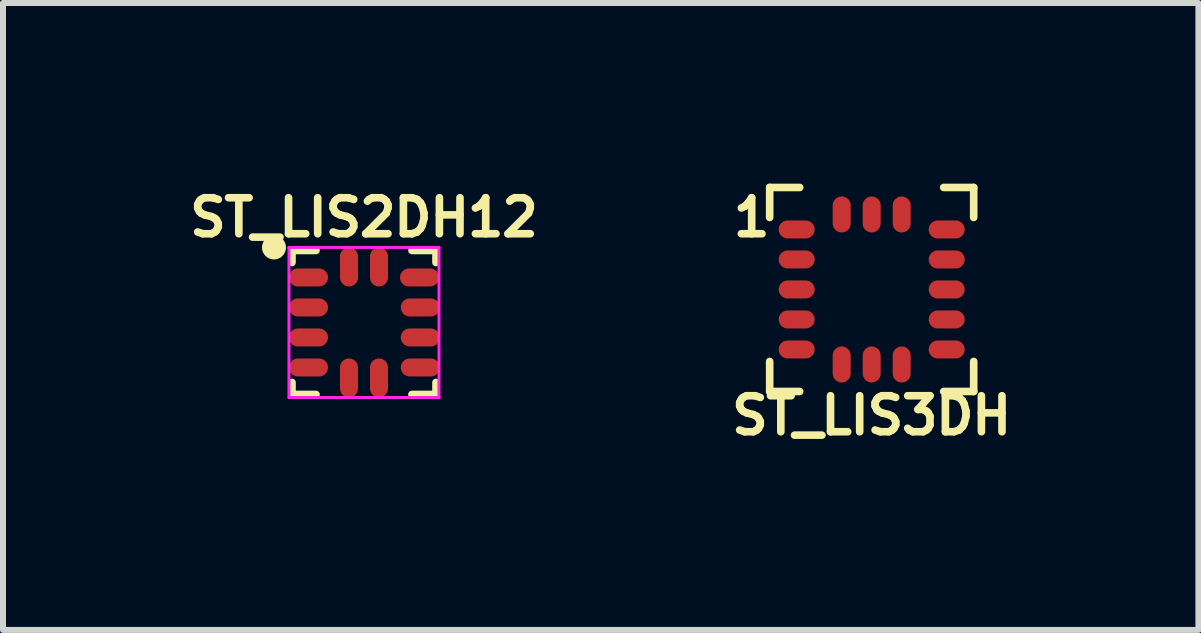
<source format=kicad_pcb>
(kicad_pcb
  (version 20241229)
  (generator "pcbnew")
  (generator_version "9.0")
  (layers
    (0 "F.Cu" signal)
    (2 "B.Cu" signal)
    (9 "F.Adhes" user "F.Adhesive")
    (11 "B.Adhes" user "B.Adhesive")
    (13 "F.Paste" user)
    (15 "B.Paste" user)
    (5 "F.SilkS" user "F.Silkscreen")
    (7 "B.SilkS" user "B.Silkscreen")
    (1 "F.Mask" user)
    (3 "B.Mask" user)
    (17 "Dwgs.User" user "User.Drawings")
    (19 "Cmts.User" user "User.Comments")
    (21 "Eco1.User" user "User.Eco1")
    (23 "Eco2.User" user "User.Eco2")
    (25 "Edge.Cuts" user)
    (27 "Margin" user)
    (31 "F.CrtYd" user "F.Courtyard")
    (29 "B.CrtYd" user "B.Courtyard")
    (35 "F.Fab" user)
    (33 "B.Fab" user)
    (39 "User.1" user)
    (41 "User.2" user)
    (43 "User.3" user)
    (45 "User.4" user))
  (footprint "ST_LIS3DH"
    (layer "F.Cu")
    (at 11.477 1.774)
    (property "Reference" "ST_LIS3DH" (at 0 2.1 180) (layer "F.SilkS") (effects (font (size 0.6 0.6) (thickness 0.127))))
    (attr smd)
    (fp_line (start -1.7 -1.7) (end -1.7 -1.2) (stroke (width 0.127) (type solid)) (layer "F.SilkS"))
    (fp_line (start -1.7 1.2) (end -1.7 1.7) (stroke (width 0.127) (type solid)) (layer "F.SilkS"))
    (fp_line (start -1.7 1.7) (end -1.2 1.7) (stroke (width 0.127) (type solid)) (layer "F.SilkS"))
    (fp_line (start -1.2 -1.7) (end -1.7 -1.7) (stroke (width 0.127) (type solid)) (layer "F.SilkS"))
    (fp_line (start 1.2 -1.7) (end 1.7 -1.7) (stroke (width 0.127) (type solid)) (layer "F.SilkS"))
    (fp_line (start 1.7 -1.7) (end 1.7 -1.2) (stroke (width 0.127) (type solid)) (layer "F.SilkS"))
    (fp_line (start 1.7 1.2) (end 1.7 1.7) (stroke (width 0.127) (type solid)) (layer "F.SilkS"))
    (fp_line (start 1.7 1.7) (end 1.2 1.7) (stroke (width 0.127) (type solid)) (layer "F.SilkS"))
    (fp_text user "1" (at -2 -1.2 0) (layer "F.SilkS") (effects (font (size 0.6 0.6) (thickness 0.127))))
    (pad "1" smd oval (at -1.25 -1 270) (size 0.3 0.6) (layers "F.Cu" "F.Mask" "F.Paste"))
    (pad "2" smd oval (at -1.25 -0.5 270) (size 0.3 0.6) (layers "F.Cu" "F.Mask" "F.Paste"))
    (pad "3" smd oval (at -1.25 0 270) (size 0.3 0.6) (layers "F.Cu" "F.Mask" "F.Paste"))
    (pad "4" smd oval (at -1.25 0.5 270) (size 0.3 0.6) (layers "F.Cu" "F.Mask" "F.Paste"))
    (pad "5" smd oval (at -1.25 1 270) (size 0.3 0.6) (layers "F.Cu" "F.Mask" "F.Paste"))
    (pad "6" smd oval (at -0.5 1.25 180) (size 0.3 0.6) (layers "F.Cu" "F.Mask" "F.Paste"))
    (pad "7" smd oval (at 0 1.25 180) (size 0.3 0.6) (layers "F.Cu" "F.Mask" "F.Paste"))
    (pad "8" smd oval (at 0.5 1.25 180) (size 0.3 0.6) (layers "F.Cu" "F.Mask" "F.Paste"))
    (pad "9" smd oval (at 1.25 1 90) (size 0.3 0.6) (layers "F.Cu" "F.Mask" "F.Paste"))
    (pad "10" smd oval (at 1.25 0.5 90) (size 0.3 0.6) (layers "F.Cu" "F.Mask" "F.Paste"))
    (pad "11" smd oval (at 1.25 0 90) (size 0.3 0.6) (layers "F.Cu" "F.Mask" "F.Paste"))
    (pad "12" smd oval (at 1.25 -0.5 90) (size 0.3 0.6) (layers "F.Cu" "F.Mask" "F.Paste"))
    (pad "13" smd oval (at 1.25 -1 90) (size 0.3 0.6) (layers "F.Cu" "F.Mask" "F.Paste"))
    (pad "14" smd oval (at 0.5 -1.25) (size 0.3 0.6) (layers "F.Cu" "F.Mask" "F.Paste"))
    (pad "15" smd oval (at 0 -1.25) (size 0.3 0.6) (layers "F.Cu" "F.Mask" "F.Paste"))
    (pad "16" smd oval (at -0.5 -1.25) (size 0.3 0.6) (layers "F.Cu" "F.Mask" "F.Paste")))
  (footprint "ST_LIS2DH12"
    (layer "F.Cu")
    (at 3.016 2.324)
    (property "Reference" "ST_LIS2DH12" (at 0 -1.75 0) (layer "F.SilkS") (effects (font (size 0.6 0.6) (thickness 0.127))))
    (attr smd)
    (fp_line (start -1.2 -1.2) (end -1.2 -1) (stroke (width 0.127) (type solid)) (layer "F.SilkS"))
    (fp_line (start -1.2 -1.2) (end -0.8 -1.2) (stroke (width 0.127) (type solid)) (layer "F.SilkS"))
    (fp_line (start -1.2 1) (end -1.2 1.2) (stroke (width 0.127) (type solid)) (layer "F.SilkS"))
    (fp_line (start -1.2 1.2) (end -0.8 1.2) (stroke (width 0.127) (type solid)) (layer "F.SilkS"))
    (fp_line (start 0.8 -1.2) (end 1.2 -1.2) (stroke (width 0.127) (type solid)) (layer "F.SilkS"))
    (fp_line (start 0.8 1.2) (end 1.2 1.2) (stroke (width 0.127) (type solid)) (layer "F.SilkS"))
    (fp_line (start 1.2 -1.2) (end 1.2 -1) (stroke (width 0.127) (type solid)) (layer "F.SilkS"))
    (fp_line (start 1.2 1.2) (end 1.2 1) (stroke (width 0.127) (type solid)) (layer "F.SilkS"))
    (fp_circle (center -1.5 -1.25) (end -1.6 -1.25) (stroke (width 0.2) (type solid)) (fill no) (layer "F.SilkS"))
    (fp_line (start -1.25 -1.25) (end 1.25 -1.25) (stroke (width 0.05) (type solid)) (layer "F.CrtYd"))
    (fp_line (start -1.25 1.25) (end -1.25 -1.25) (stroke (width 0.05) (type solid)) (layer "F.CrtYd"))
    (fp_line (start 1.25 -1.25) (end 1.25 1.25) (stroke (width 0.05) (type solid)) (layer "F.CrtYd"))
    (fp_line (start 1.25 1.25) (end -1.25 1.25) (stroke (width 0.05) (type solid)) (layer "F.CrtYd"))
    (pad "1" smd oval (at -0.925 -0.75) (size 0.65 0.3) (layers "F.Cu" "F.Mask" "F.Paste"))
    (pad "2" smd oval (at -0.925 -0.25) (size 0.65 0.3) (layers "F.Cu" "F.Mask" "F.Paste"))
    (pad "3" smd oval (at -0.925 0.25) (size 0.65 0.3) (layers "F.Cu" "F.Mask" "F.Paste"))
    (pad "4" smd oval (at -0.925 0.75) (size 0.65 0.3) (layers "F.Cu" "F.Mask" "F.Paste"))
    (pad "5" smd oval (at -0.25 0.925 90) (size 0.65 0.3) (layers "F.Cu" "F.Mask" "F.Paste"))
    (pad "6" smd oval (at 0.25 0.925 90) (size 0.65 0.3) (layers "F.Cu" "F.Mask" "F.Paste"))
    (pad "7" smd oval (at 0.938 0.75) (size 0.65 0.3) (layers "F.Cu" "F.Mask" "F.Paste"))
    (pad "8" smd oval (at 0.938 0.25) (size 0.65 0.3) (layers "F.Cu" "F.Mask" "F.Paste"))
    (pad "9" smd oval (at 0.938 -0.25) (size 0.65 0.3) (layers "F.Cu" "F.Mask" "F.Paste"))
    (pad "10" smd oval (at 0.925 -0.75) (size 0.65 0.3) (layers "F.Cu" "F.Mask" "F.Paste"))
    (pad "11" smd oval (at 0.25 -0.925 90) (size 0.65 0.3) (layers "F.Cu" "F.Mask" "F.Paste"))
    (pad "12" smd oval (at -0.25 -0.925 90) (size 0.65 0.3) (layers "F.Cu" "F.Mask" "F.Paste")))
  (gr_rect
    (start -3 -3)
    (end 16.922 7.448)
    (stroke (width 0.1) (type default))
    (fill no)
    (layer "Edge.Cuts")))
</source>
